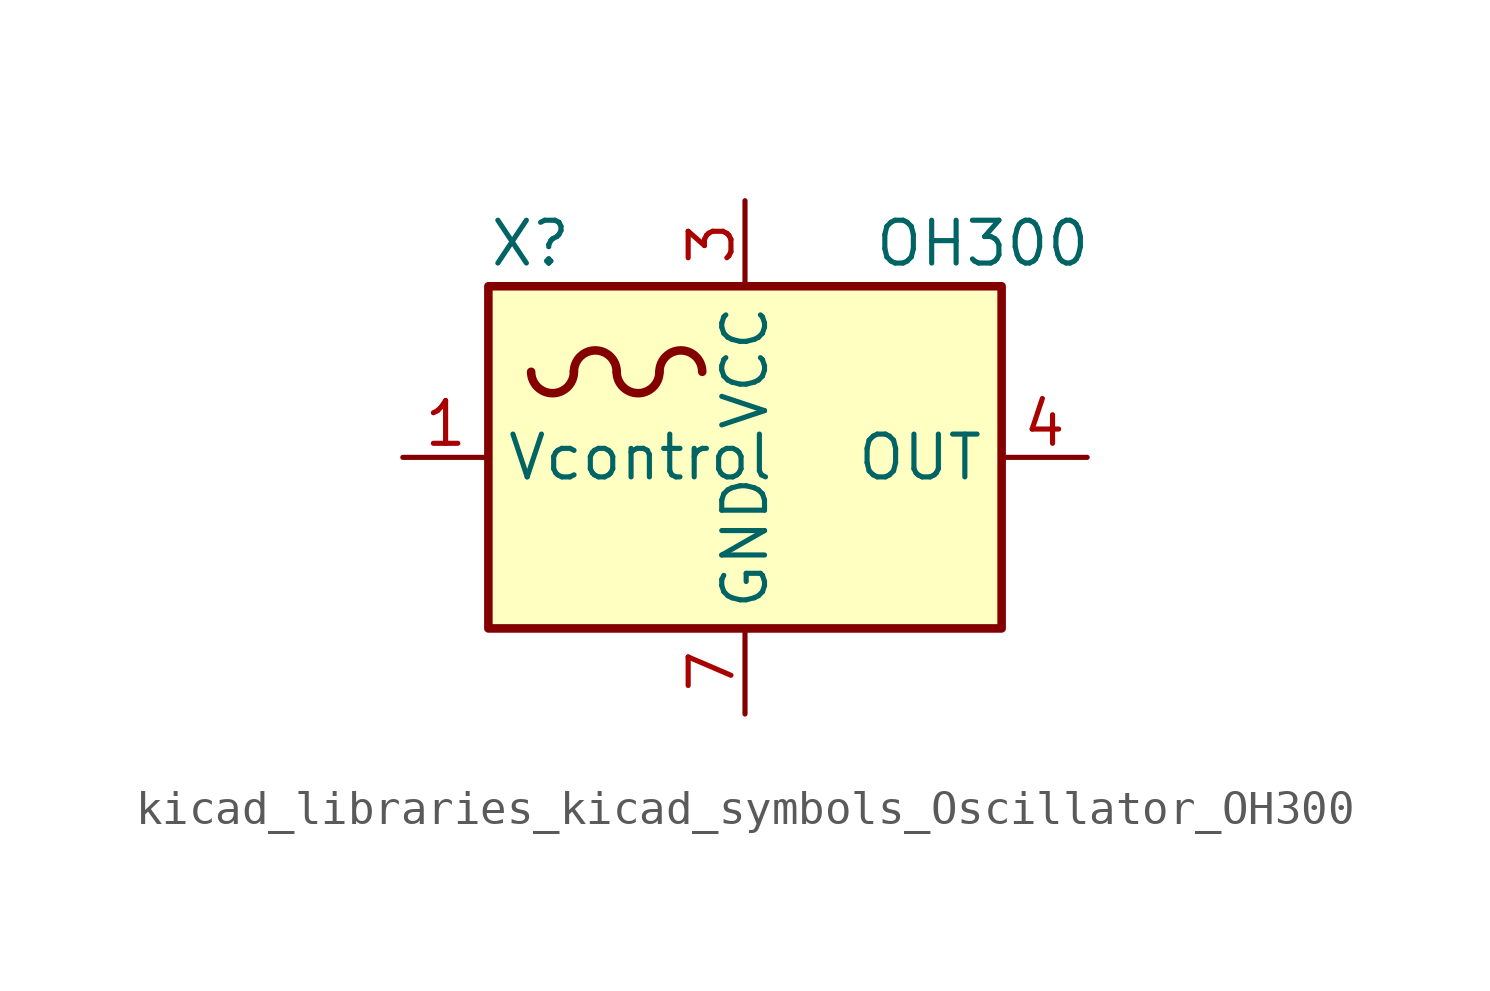
<source format=kicad_sym>
(kicad_symbol_lib
  (version 20220914)
  (generator kicad_symbol_editor)
  (symbol "kicad_libraries_kicad_symbols_Oscillator_OH300"
    (property "Reference" "X"
      (at -7.62 6.35 0)
      (effects (font (size 1.27 1.27)) (justify left)))
    (property "Value" "OH300"
      (at 3.81 6.35 0)
      (effects (font (size 1.27 1.27)) (justify left)))
    (symbol "kicad_libraries_kicad_symbols_Oscillator_OH300_0_1"
      (rectangle (start -7.62 5.08) (end 7.62 -5.08) (stroke (width 0.254) (type default)) (fill (type background)))
      (arc (start -6.35 2.54) (mid -5.715 1.9077) (end -5.08 2.54) (stroke (width 0.254) (type default)) (fill (type none)))
      (arc (start -3.81 2.54) (mid -4.445 3.1723) (end -5.08 2.54) (stroke (width 0.254) (type default)) (fill (type none)))
      (arc (start -3.81 2.54) (mid -3.175 1.9077) (end -2.54 2.54) (stroke (width 0.254) (type default)) (fill (type none)))
      (arc (start -1.27 2.54) (mid -1.905 3.1723) (end -2.54 2.54) (stroke (width 0.254) (type default)) (fill (type none))))
    (symbol "kicad_libraries_kicad_symbols_Oscillator_OH300_1_1"
      (pin input line (at -10.16 0 0) (length 2.54) (name "Vcontrol" (effects (font (size 1.27 1.27)))) (number "1" (effects (font (size 1.27 1.27)))))
      (pin no_connect line (at 2.54 -5.08 90) (length 2.54) hide (name "NC" (effects (font (size 1.27 1.27)))) (number "2" (effects (font (size 1.27 1.27)))))
      (pin power_in line (at 0 7.62 270) (length 2.54) (name "VCC" (effects (font (size 1.27 1.27)))) (number "3" (effects (font (size 1.27 1.27)))))
      (pin output line (at 10.16 0 180) (length 2.54) (name "OUT" (effects (font (size 1.27 1.27)))) (number "4" (effects (font (size 1.27 1.27)))))
      (pin no_connect line (at -2.54 -5.08 90) (length 2.54) hide (name "NC" (effects (font (size 1.27 1.27)))) (number "5" (effects (font (size 1.27 1.27)))))
      (pin no_connect line (at -5.08 -5.08 90) (length 2.54) hide (name "NC" (effects (font (size 1.27 1.27)))) (number "6" (effects (font (size 1.27 1.27)))))
      (pin power_in line (at 0 -7.62 90) (length 2.54) (name "GND" (effects (font (size 1.27 1.27)))) (number "7" (effects (font (size 1.27 1.27))))))))
</source>
